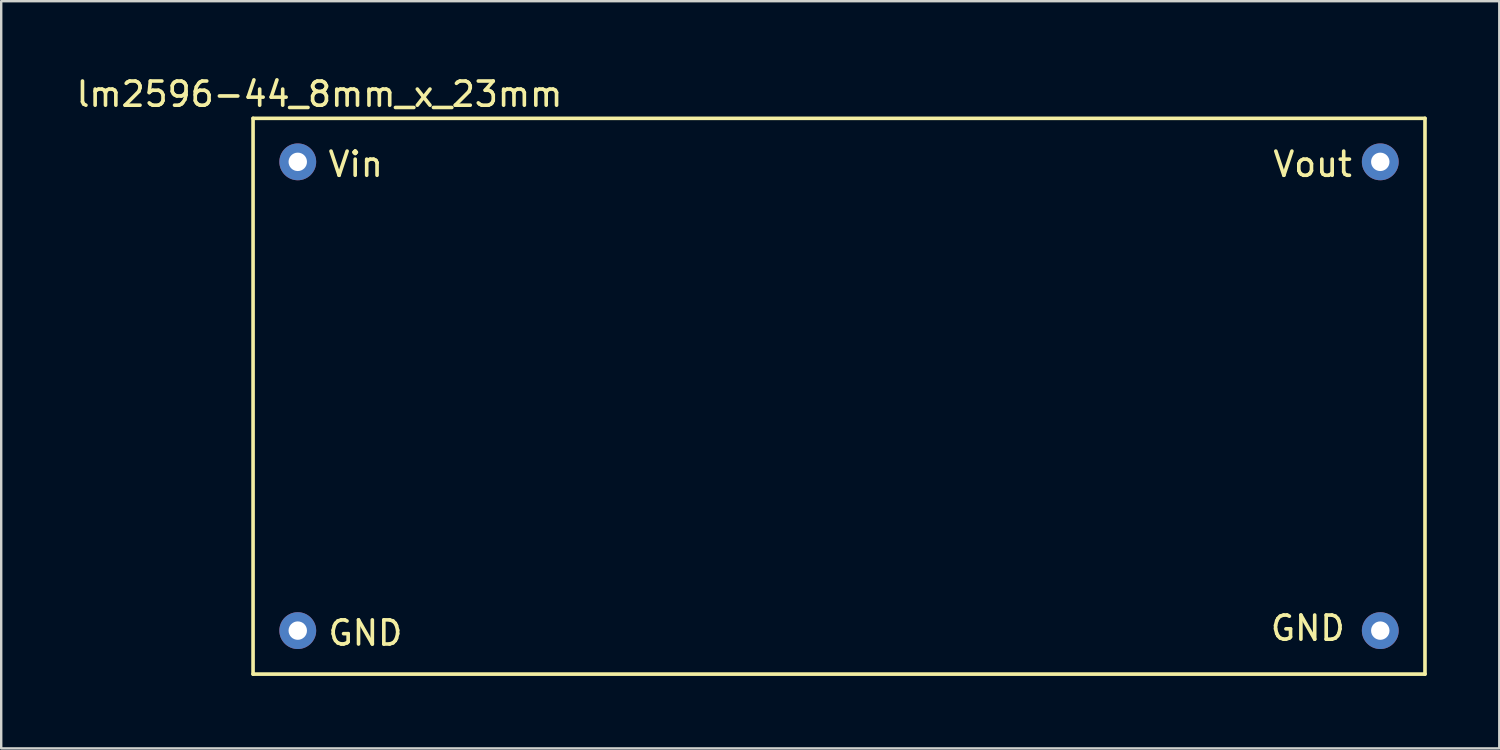
<source format=kicad_pcb>
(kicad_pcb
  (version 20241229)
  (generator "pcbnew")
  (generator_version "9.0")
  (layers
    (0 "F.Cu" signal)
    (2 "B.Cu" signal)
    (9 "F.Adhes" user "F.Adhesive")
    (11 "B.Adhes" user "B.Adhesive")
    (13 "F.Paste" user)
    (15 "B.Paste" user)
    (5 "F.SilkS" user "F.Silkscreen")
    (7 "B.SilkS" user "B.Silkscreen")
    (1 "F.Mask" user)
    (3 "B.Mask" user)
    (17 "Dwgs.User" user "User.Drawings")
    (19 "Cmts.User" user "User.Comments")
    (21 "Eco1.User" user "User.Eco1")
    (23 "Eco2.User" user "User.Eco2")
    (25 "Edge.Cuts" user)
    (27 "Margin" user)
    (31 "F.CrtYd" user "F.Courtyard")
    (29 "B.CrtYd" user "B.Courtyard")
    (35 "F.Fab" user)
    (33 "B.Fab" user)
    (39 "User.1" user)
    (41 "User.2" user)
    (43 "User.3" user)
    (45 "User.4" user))
  (footprint "lm2596-44_8mm_x_23mm"
    (layer "F.Cu")
    (at 31.673 13.348)
    (property "Reference" "lm2596-44_8mm_x_23mm" (at -21.5 -12.5 0) (layer "F.SilkS") (effects (font (size 1 1) (thickness 0.15))))
    (attr through_hole)
    (fp_line (start -24.25 -11.5) (end -24.25 11.5) (stroke (width 0.15) (type solid)) (layer "F.SilkS"))
    (fp_line (start 24.25 -11.5) (end -24.25 -11.5) (stroke (width 0.15) (type solid)) (layer "F.SilkS"))
    (fp_line (start 24.25 -11.5) (end 24.25 11.5) (stroke (width 0.15) (type solid)) (layer "F.SilkS"))
    (fp_line (start 24.25 11.5) (end -24.25 11.5) (stroke (width 0.15) (type solid)) (layer "F.SilkS"))
    (fp_text user "GND" (at -19.6 9.8 0) (layer "F.SilkS") (effects (font (size 1 1) (thickness 0.15))))
    (fp_text user "Vout" (at 19.6 -9.6 0) (layer "F.SilkS") (effects (font (size 1 1) (thickness 0.15))))
    (fp_text user "GND" (at 19.4 9.6 0) (layer "F.SilkS") (effects (font (size 1 1) (thickness 0.15))))
    (fp_text user "Vin" (at -20 -9.6 0) (layer "F.SilkS") (effects (font (size 1 1) (thickness 0.15))))
    (pad "1" thru_hole circle (at -22.4 -9.7) (size 1.524 1.524) (drill 0.762) (layers "*.Cu" "*.Mask"))
    (pad "2" thru_hole circle (at -22.4 9.7) (size 1.524 1.524) (drill 0.762) (layers "*.Cu" "*.Mask"))
    (pad "3" thru_hole circle (at 22.4 -9.7) (size 1.524 1.524) (drill 0.762) (layers "*.Cu" "*.Mask"))
    (pad "4" thru_hole circle (at 22.4 9.7) (size 1.524 1.524) (drill 0.762) (layers "*.Cu" "*.Mask")))
  (gr_rect
    (start -3 -3)
    (end 58.998 27.923)
    (stroke (width 0.1) (type default))
    (fill no)
    (layer "Edge.Cuts")))
</source>
